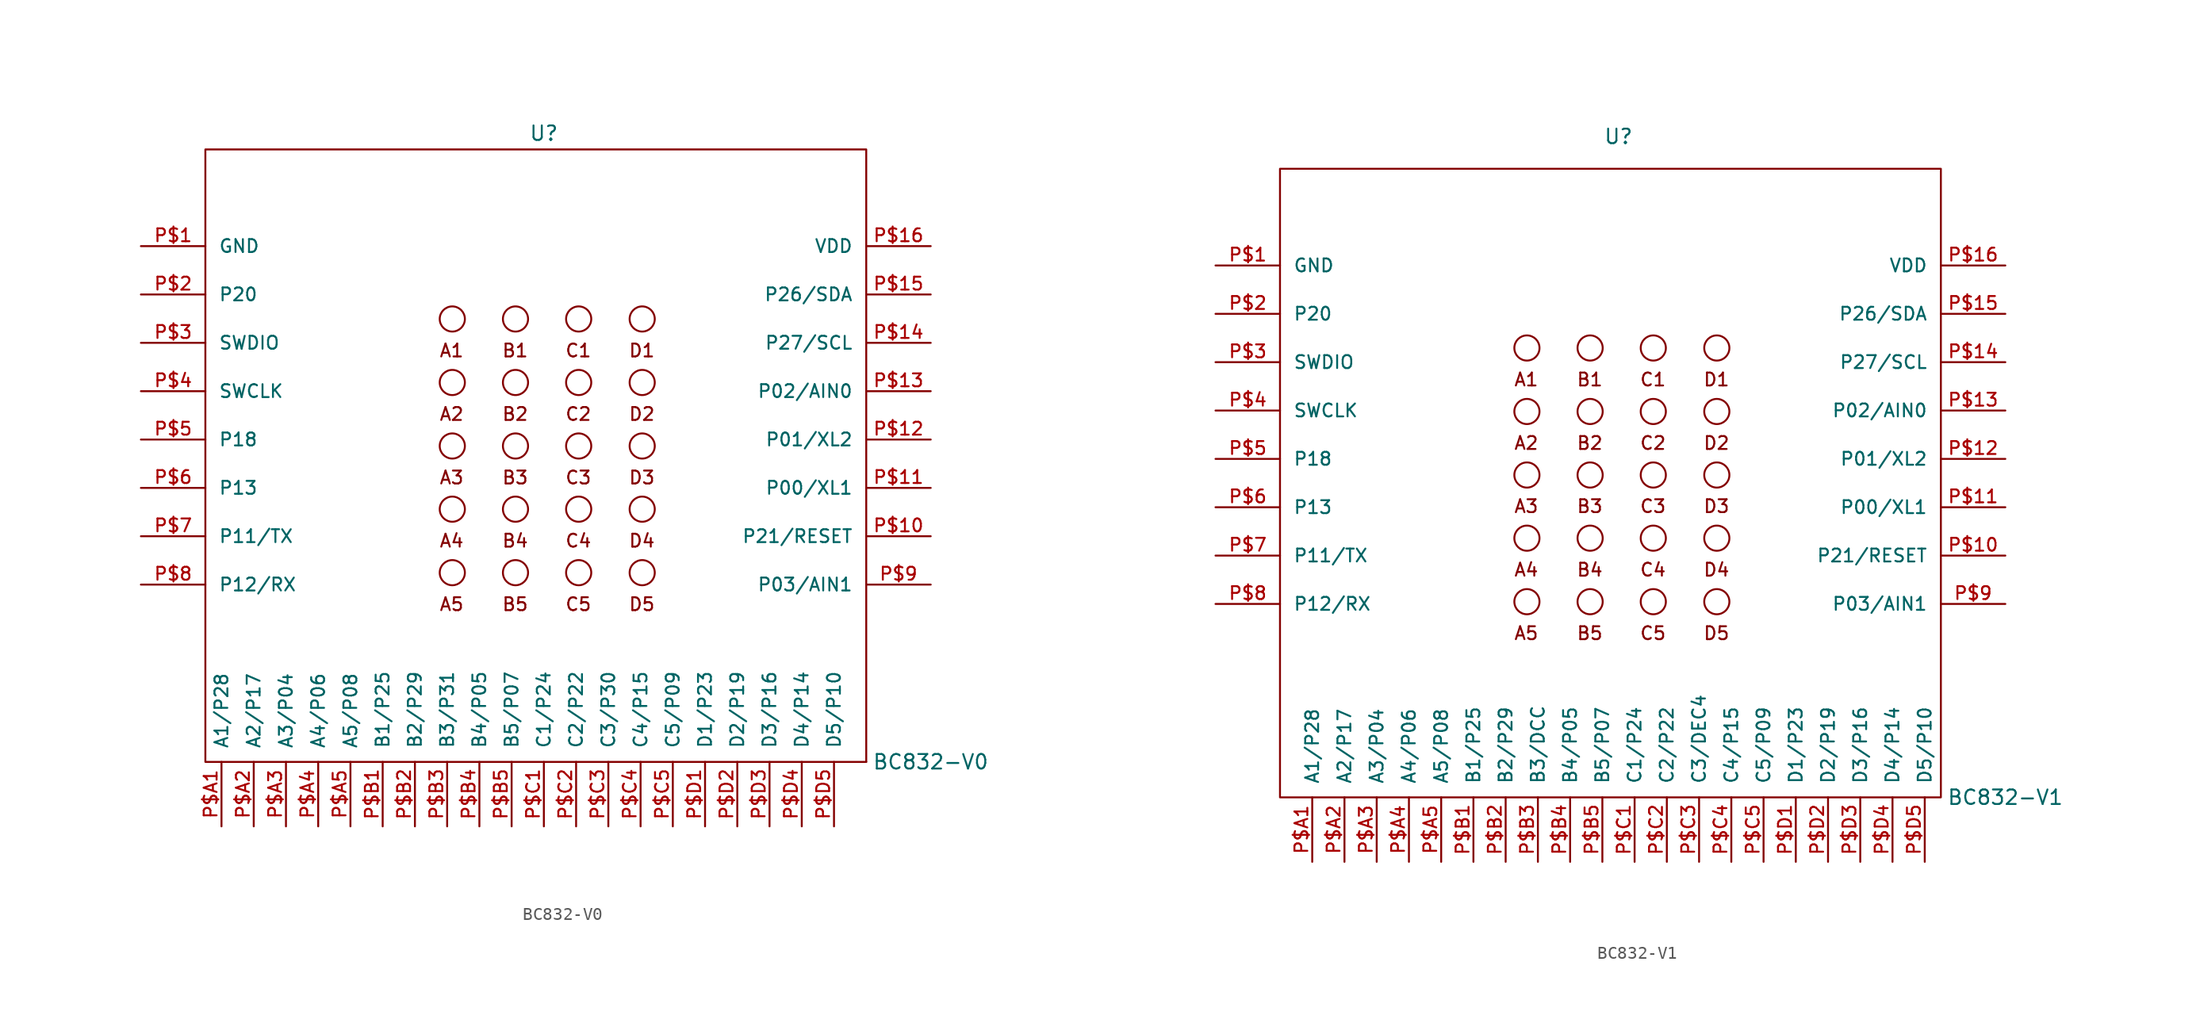
<source format=kicad_sym>
(kicad_symbol_lib
  (version 20211014)
  (generator kicad_symbol_editor)
  (symbol "BC832-V0"
    (pin_names
      (offset 1.016))
    (property "Reference" "U"
      (at 0 27.94 0)
      (effects (font (size 1.143 1.143))))
    (property "Value" "BC832-V0"
      (at 30.48 -21.59 0)
      (effects (font (size 1.143 1.143))))
    (property "ki_locked" ""
      (at 0 0 0)
      (effects (font (size 1.27 1.27))))
    (symbol "BC832-V0_0_1"
      (rectangle (start -26.67 26.67) (end 25.4 -21.59) (stroke (width 0) (type default) (color 0 0 0 0)) (fill (type none)))
      (rectangle (start 25.4 -21.59) (end 25.4 -21.59) (stroke (width 0) (type default) (color 0 0 0 0)) (fill (type none))))
    (symbol "BC832-V0_1_0"
      (text "A1" (at -7.264 10.82 0) (effects (font (size 1.016 1.016))))
      (text "A2" (at -7.264 5.817 0) (effects (font (size 1.016 1.016))))
      (text "A3" (at -7.264 0.813 0) (effects (font (size 1.016 1.016))))
      (text "A4" (at -7.264 -4.166 0) (effects (font (size 1.016 1.016))))
      (text "A5" (at -7.264 -9.169 0) (effects (font (size 1.016 1.016))))
      (text "B1" (at -2.261 10.82 0) (effects (font (size 1.016 1.016))))
      (text "B2" (at -2.261 5.817 0) (effects (font (size 1.016 1.016))))
      (text "B3" (at -2.261 0.813 0) (effects (font (size 1.016 1.016))))
      (text "B4" (at -2.261 -4.166 0) (effects (font (size 1.016 1.016))))
      (text "B5" (at -2.261 -9.169 0) (effects (font (size 1.016 1.016))))
      (text "C1" (at 2.718 10.82 0) (effects (font (size 1.016 1.016))))
      (text "C2" (at 2.718 5.817 0) (effects (font (size 1.016 1.016))))
      (text "C3" (at 2.718 0.813 0) (effects (font (size 1.016 1.016))))
      (text "C4" (at 2.718 -4.166 0) (effects (font (size 1.016 1.016))))
      (text "C5" (at 2.718 -9.169 0) (effects (font (size 1.016 1.016))))
      (text "D1" (at 7.722 10.82 0) (effects (font (size 1.016 1.016))))
      (text "D2" (at 7.722 5.817 0) (effects (font (size 1.016 1.016))))
      (text "D3" (at 7.722 0.813 0) (effects (font (size 1.016 1.016))))
      (text "D4" (at 7.722 -4.166 0) (effects (font (size 1.016 1.016))))
      (text "D5" (at 7.722 -9.169 0) (effects (font (size 1.016 1.016)))))
    (symbol "BC832-V0_1_1"
      (circle (center -7.214 -6.68) (radius 0.991) (stroke (width 0) (type default) (color 0 0 0 0)) (fill (type none)))
      (circle (center -7.214 -1.676) (radius 0.991) (stroke (width 0) (type default) (color 0 0 0 0)) (fill (type none)))
      (circle (center -7.214 3.302) (radius 0.991) (stroke (width 0) (type default) (color 0 0 0 0)) (fill (type none)))
      (circle (center -7.214 8.306) (radius 0.991) (stroke (width 0) (type default) (color 0 0 0 0)) (fill (type none)))
      (circle (center -7.214 13.31) (radius 0.991) (stroke (width 0) (type default) (color 0 0 0 0)) (fill (type none)))
      (circle (center -2.235 -6.68) (radius 0.991) (stroke (width 0) (type default) (color 0 0 0 0)) (fill (type none)))
      (circle (center -2.235 -1.676) (radius 0.991) (stroke (width 0) (type default) (color 0 0 0 0)) (fill (type none)))
      (circle (center -2.235 3.302) (radius 0.991) (stroke (width 0) (type default) (color 0 0 0 0)) (fill (type none)))
      (circle (center -2.235 8.306) (radius 0.991) (stroke (width 0) (type default) (color 0 0 0 0)) (fill (type none)))
      (circle (center -2.235 13.31) (radius 0.991) (stroke (width 0) (type default) (color 0 0 0 0)) (fill (type none)))
      (circle (center 2.743 -6.68) (radius 0.991) (stroke (width 0) (type default) (color 0 0 0 0)) (fill (type none)))
      (circle (center 2.743 -1.676) (radius 0.991) (stroke (width 0) (type default) (color 0 0 0 0)) (fill (type none)))
      (circle (center 2.743 3.302) (radius 0.991) (stroke (width 0) (type default) (color 0 0 0 0)) (fill (type none)))
      (circle (center 2.743 8.306) (radius 0.991) (stroke (width 0) (type default) (color 0 0 0 0)) (fill (type none)))
      (circle (center 2.743 13.31) (radius 0.991) (stroke (width 0) (type default) (color 0 0 0 0)) (fill (type none)))
      (circle (center 7.747 -6.68) (radius 0.991) (stroke (width 0) (type default) (color 0 0 0 0)) (fill (type none)))
      (circle (center 7.747 -1.676) (radius 0.991) (stroke (width 0) (type default) (color 0 0 0 0)) (fill (type none)))
      (circle (center 7.747 3.302) (radius 0.991) (stroke (width 0) (type default) (color 0 0 0 0)) (fill (type none)))
      (circle (center 7.747 8.306) (radius 0.991) (stroke (width 0) (type default) (color 0 0 0 0)) (fill (type none)))
      (circle (center 7.747 13.31) (radius 0.991) (stroke (width 0) (type default) (color 0 0 0 0)) (fill (type none)))
      (pin bidirectional line (at -31.75 19.05 0) (length 5.08) (name "GND" (effects (font (size 1.016 1.016)))) (number "P$1" (effects (font (size 1.016 1.016)))))
      (pin bidirectional line (at 30.48 -3.81 180) (length 5.08) (name "P21/RESET" (effects (font (size 1.016 1.016)))) (number "P$10" (effects (font (size 1.016 1.016)))))
      (pin bidirectional line (at 30.48 0 180) (length 5.08) (name "P00/XL1" (effects (font (size 1.016 1.016)))) (number "P$11" (effects (font (size 1.016 1.016)))))
      (pin bidirectional line (at 30.48 3.81 180) (length 5.08) (name "P01/XL2" (effects (font (size 1.016 1.016)))) (number "P$12" (effects (font (size 1.016 1.016)))))
      (pin bidirectional line (at 30.48 7.62 180) (length 5.08) (name "P02/AIN0" (effects (font (size 1.016 1.016)))) (number "P$13" (effects (font (size 1.016 1.016)))))
      (pin bidirectional line (at 30.48 11.43 180) (length 5.08) (name "P27/SCL" (effects (font (size 1.016 1.016)))) (number "P$14" (effects (font (size 1.016 1.016)))))
      (pin bidirectional line (at 30.48 15.24 180) (length 5.08) (name "P26/SDA" (effects (font (size 1.016 1.016)))) (number "P$15" (effects (font (size 1.016 1.016)))))
      (pin bidirectional line (at 30.48 19.05 180) (length 5.08) (name "VDD" (effects (font (size 1.016 1.016)))) (number "P$16" (effects (font (size 1.016 1.016)))))
      (pin bidirectional line (at -31.75 15.24 0) (length 5.08) (name "P20" (effects (font (size 1.016 1.016)))) (number "P$2" (effects (font (size 1.016 1.016)))))
      (pin bidirectional line (at -31.75 11.43 0) (length 5.08) (name "SWDIO" (effects (font (size 1.016 1.016)))) (number "P$3" (effects (font (size 1.016 1.016)))))
      (pin bidirectional line (at -31.75 7.62 0) (length 5.08) (name "SWCLK" (effects (font (size 1.016 1.016)))) (number "P$4" (effects (font (size 1.016 1.016)))))
      (pin bidirectional line (at -31.75 3.81 0) (length 5.08) (name "P18" (effects (font (size 1.016 1.016)))) (number "P$5" (effects (font (size 1.016 1.016)))))
      (pin bidirectional line (at -31.75 0 0) (length 5.08) (name "P13" (effects (font (size 1.016 1.016)))) (number "P$6" (effects (font (size 1.016 1.016)))))
      (pin bidirectional line (at -31.75 -3.81 0) (length 5.08) (name "P11/TX" (effects (font (size 1.016 1.016)))) (number "P$7" (effects (font (size 1.016 1.016)))))
      (pin bidirectional line (at -31.75 -7.62 0) (length 5.08) (name "P12/RX" (effects (font (size 1.016 1.016)))) (number "P$8" (effects (font (size 1.016 1.016)))))
      (pin bidirectional line (at 30.48 -7.62 180) (length 5.08) (name "P03/AIN1" (effects (font (size 1.016 1.016)))) (number "P$9" (effects (font (size 1.016 1.016)))))
      (pin bidirectional line (at -25.4 -26.67 90) (length 5.08) (name "A1/P28" (effects (font (size 1.016 1.016)))) (number "P$A1" (effects (font (size 1.016 1.016)))))
      (pin bidirectional line (at -22.86 -26.67 90) (length 5.08) (name "A2/P17" (effects (font (size 1.016 1.016)))) (number "P$A2" (effects (font (size 1.016 1.016)))))
      (pin bidirectional line (at -20.32 -26.67 90) (length 5.08) (name "A3/P04" (effects (font (size 1.016 1.016)))) (number "P$A3" (effects (font (size 1.016 1.016)))))
      (pin bidirectional line (at -17.78 -26.67 90) (length 5.08) (name "A4/P06" (effects (font (size 1.016 1.016)))) (number "P$A4" (effects (font (size 1.016 1.016)))))
      (pin bidirectional line (at -15.24 -26.67 90) (length 5.08) (name "A5/P08" (effects (font (size 1.016 1.016)))) (number "P$A5" (effects (font (size 1.016 1.016)))))
      (pin bidirectional line (at -12.7 -26.67 90) (length 5.08) (name "B1/P25" (effects (font (size 1.016 1.016)))) (number "P$B1" (effects (font (size 1.016 1.016)))))
      (pin bidirectional line (at -10.16 -26.67 90) (length 5.08) (name "B2/P29" (effects (font (size 1.016 1.016)))) (number "P$B2" (effects (font (size 1.016 1.016)))))
      (pin bidirectional line (at -7.62 -26.67 90) (length 5.08) (name "B3/P31" (effects (font (size 1.016 1.016)))) (number "P$B3" (effects (font (size 1.016 1.016)))))
      (pin bidirectional line (at -5.08 -26.67 90) (length 5.08) (name "B4/P05" (effects (font (size 1.016 1.016)))) (number "P$B4" (effects (font (size 1.016 1.016)))))
      (pin bidirectional line (at -2.54 -26.67 90) (length 5.08) (name "B5/P07" (effects (font (size 1.016 1.016)))) (number "P$B5" (effects (font (size 1.016 1.016)))))
      (pin bidirectional line (at 0 -26.67 90) (length 5.08) (name "C1/P24" (effects (font (size 1.016 1.016)))) (number "P$C1" (effects (font (size 1.016 1.016)))))
      (pin bidirectional line (at 2.54 -26.67 90) (length 5.08) (name "C2/P22" (effects (font (size 1.016 1.016)))) (number "P$C2" (effects (font (size 1.016 1.016)))))
      (pin bidirectional line (at 5.08 -26.67 90) (length 5.08) (name "C3/P30" (effects (font (size 1.016 1.016)))) (number "P$C3" (effects (font (size 1.016 1.016)))))
      (pin bidirectional line (at 7.62 -26.67 90) (length 5.08) (name "C4/P15" (effects (font (size 1.016 1.016)))) (number "P$C4" (effects (font (size 1.016 1.016)))))
      (pin bidirectional line (at 10.16 -26.67 90) (length 5.08) (name "C5/P09" (effects (font (size 1.016 1.016)))) (number "P$C5" (effects (font (size 1.016 1.016)))))
      (pin bidirectional line (at 12.7 -26.67 90) (length 5.08) (name "D1/P23" (effects (font (size 1.016 1.016)))) (number "P$D1" (effects (font (size 1.016 1.016)))))
      (pin bidirectional line (at 15.24 -26.67 90) (length 5.08) (name "D2/P19" (effects (font (size 1.016 1.016)))) (number "P$D2" (effects (font (size 1.016 1.016)))))
      (pin bidirectional line (at 17.78 -26.67 90) (length 5.08) (name "D3/P16" (effects (font (size 1.016 1.016)))) (number "P$D3" (effects (font (size 1.016 1.016)))))
      (pin bidirectional line (at 20.32 -26.67 90) (length 5.08) (name "D4/P14" (effects (font (size 1.016 1.016)))) (number "P$D4" (effects (font (size 1.016 1.016)))))
      (pin bidirectional line (at 22.86 -26.67 90) (length 5.08) (name "D5/P10" (effects (font (size 1.016 1.016)))) (number "P$D5" (effects (font (size 1.016 1.016)))))))
  (symbol "BC832-V1"
    (pin_names
      (offset 1.016))
    (property "Reference" "U"
      (at 0 29.21 0)
      (effects (font (size 1.143 1.143))))
    (property "Value" "BC832-V1"
      (at 30.48 -22.86 0)
      (effects (font (size 1.143 1.143))))
    (property "ki_locked" ""
      (at 0 0 0)
      (effects (font (size 1.27 1.27))))
    (symbol "BC832-V1_0_1"
      (rectangle (start -26.67 26.67) (end 25.4 -22.86) (stroke (width 0) (type default) (color 0 0 0 0)) (fill (type none))))
    (symbol "BC832-V1_1_0"
      (text "A1" (at -7.264 10.058 0) (effects (font (size 1.016 1.016))))
      (text "A2" (at -7.264 5.055 0) (effects (font (size 1.016 1.016))))
      (text "A3" (at -7.264 0.076 0) (effects (font (size 1.016 1.016))))
      (text "A4" (at -7.264 -4.928 0) (effects (font (size 1.016 1.016))))
      (text "A5" (at -7.264 -9.931 0) (effects (font (size 1.016 1.016))))
      (text "B1" (at -2.261 10.058 0) (effects (font (size 1.016 1.016))))
      (text "B2" (at -2.261 5.055 0) (effects (font (size 1.016 1.016))))
      (text "B3" (at -2.261 0.076 0) (effects (font (size 1.016 1.016))))
      (text "B4" (at -2.261 -4.928 0) (effects (font (size 1.016 1.016))))
      (text "B5" (at -2.261 -9.931 0) (effects (font (size 1.016 1.016))))
      (text "C1" (at 2.718 10.058 0) (effects (font (size 1.016 1.016))))
      (text "C2" (at 2.718 5.055 0) (effects (font (size 1.016 1.016))))
      (text "C3" (at 2.718 0.076 0) (effects (font (size 1.016 1.016))))
      (text "C4" (at 2.718 -4.928 0) (effects (font (size 1.016 1.016))))
      (text "C5" (at 2.718 -9.931 0) (effects (font (size 1.016 1.016))))
      (text "D1" (at 7.722 10.058 0) (effects (font (size 1.016 1.016))))
      (text "D2" (at 7.722 5.055 0) (effects (font (size 1.016 1.016))))
      (text "D3" (at 7.722 0.076 0) (effects (font (size 1.016 1.016))))
      (text "D4" (at 7.722 -4.928 0) (effects (font (size 1.016 1.016))))
      (text "D5" (at 7.722 -9.931 0) (effects (font (size 1.016 1.016)))))
    (symbol "BC832-V1_1_1"
      (circle (center -7.214 -7.442) (radius 0.991) (stroke (width 0) (type default) (color 0 0 0 0)) (fill (type none)))
      (circle (center -7.214 -2.438) (radius 0.991) (stroke (width 0) (type default) (color 0 0 0 0)) (fill (type none)))
      (circle (center -7.214 2.54) (radius 0.991) (stroke (width 0) (type default) (color 0 0 0 0)) (fill (type none)))
      (circle (center -7.214 7.544) (radius 0.991) (stroke (width 0) (type default) (color 0 0 0 0)) (fill (type none)))
      (circle (center -7.214 12.548) (radius 0.991) (stroke (width 0) (type default) (color 0 0 0 0)) (fill (type none)))
      (circle (center -2.235 -7.442) (radius 0.991) (stroke (width 0) (type default) (color 0 0 0 0)) (fill (type none)))
      (circle (center -2.235 -2.438) (radius 0.991) (stroke (width 0) (type default) (color 0 0 0 0)) (fill (type none)))
      (circle (center -2.235 2.54) (radius 0.991) (stroke (width 0) (type default) (color 0 0 0 0)) (fill (type none)))
      (circle (center -2.235 7.544) (radius 0.991) (stroke (width 0) (type default) (color 0 0 0 0)) (fill (type none)))
      (circle (center -2.235 12.548) (radius 0.991) (stroke (width 0) (type default) (color 0 0 0 0)) (fill (type none)))
      (circle (center 2.743 -7.442) (radius 0.991) (stroke (width 0) (type default) (color 0 0 0 0)) (fill (type none)))
      (circle (center 2.743 -2.438) (radius 0.991) (stroke (width 0) (type default) (color 0 0 0 0)) (fill (type none)))
      (circle (center 2.743 2.54) (radius 0.991) (stroke (width 0) (type default) (color 0 0 0 0)) (fill (type none)))
      (circle (center 2.743 7.544) (radius 0.991) (stroke (width 0) (type default) (color 0 0 0 0)) (fill (type none)))
      (circle (center 2.743 12.548) (radius 0.991) (stroke (width 0) (type default) (color 0 0 0 0)) (fill (type none)))
      (circle (center 7.747 -7.442) (radius 0.991) (stroke (width 0) (type default) (color 0 0 0 0)) (fill (type none)))
      (circle (center 7.747 -2.438) (radius 0.991) (stroke (width 0) (type default) (color 0 0 0 0)) (fill (type none)))
      (circle (center 7.747 2.54) (radius 0.991) (stroke (width 0) (type default) (color 0 0 0 0)) (fill (type none)))
      (circle (center 7.747 7.544) (radius 0.991) (stroke (width 0) (type default) (color 0 0 0 0)) (fill (type none)))
      (circle (center 7.747 12.548) (radius 0.991) (stroke (width 0) (type default) (color 0 0 0 0)) (fill (type none)))
      (pin bidirectional line (at -31.75 19.05 0) (length 5.08) (name "GND" (effects (font (size 1.016 1.016)))) (number "P$1" (effects (font (size 1.016 1.016)))))
      (pin bidirectional line (at 30.48 -3.81 180) (length 5.08) (name "P21/RESET" (effects (font (size 1.016 1.016)))) (number "P$10" (effects (font (size 1.016 1.016)))))
      (pin bidirectional line (at 30.48 0 180) (length 5.08) (name "P00/XL1" (effects (font (size 1.016 1.016)))) (number "P$11" (effects (font (size 1.016 1.016)))))
      (pin bidirectional line (at 30.48 3.81 180) (length 5.08) (name "P01/XL2" (effects (font (size 1.016 1.016)))) (number "P$12" (effects (font (size 1.016 1.016)))))
      (pin bidirectional line (at 30.48 7.62 180) (length 5.08) (name "P02/AIN0" (effects (font (size 1.016 1.016)))) (number "P$13" (effects (font (size 1.016 1.016)))))
      (pin bidirectional line (at 30.48 11.43 180) (length 5.08) (name "P27/SCL" (effects (font (size 1.016 1.016)))) (number "P$14" (effects (font (size 1.016 1.016)))))
      (pin bidirectional line (at 30.48 15.24 180) (length 5.08) (name "P26/SDA" (effects (font (size 1.016 1.016)))) (number "P$15" (effects (font (size 1.016 1.016)))))
      (pin bidirectional line (at 30.48 19.05 180) (length 5.08) (name "VDD" (effects (font (size 1.016 1.016)))) (number "P$16" (effects (font (size 1.016 1.016)))))
      (pin bidirectional line (at -31.75 15.24 0) (length 5.08) (name "P20" (effects (font (size 1.016 1.016)))) (number "P$2" (effects (font (size 1.016 1.016)))))
      (pin bidirectional line (at -31.75 11.43 0) (length 5.08) (name "SWDIO" (effects (font (size 1.016 1.016)))) (number "P$3" (effects (font (size 1.016 1.016)))))
      (pin bidirectional line (at -31.75 7.62 0) (length 5.08) (name "SWCLK" (effects (font (size 1.016 1.016)))) (number "P$4" (effects (font (size 1.016 1.016)))))
      (pin bidirectional line (at -31.75 3.81 0) (length 5.08) (name "P18" (effects (font (size 1.016 1.016)))) (number "P$5" (effects (font (size 1.016 1.016)))))
      (pin bidirectional line (at -31.75 0 0) (length 5.08) (name "P13" (effects (font (size 1.016 1.016)))) (number "P$6" (effects (font (size 1.016 1.016)))))
      (pin bidirectional line (at -31.75 -3.81 0) (length 5.08) (name "P11/TX" (effects (font (size 1.016 1.016)))) (number "P$7" (effects (font (size 1.016 1.016)))))
      (pin bidirectional line (at -31.75 -7.62 0) (length 5.08) (name "P12/RX" (effects (font (size 1.016 1.016)))) (number "P$8" (effects (font (size 1.016 1.016)))))
      (pin bidirectional line (at 30.48 -7.62 180) (length 5.08) (name "P03/AIN1" (effects (font (size 1.016 1.016)))) (number "P$9" (effects (font (size 1.016 1.016)))))
      (pin bidirectional line (at -24.13 -27.94 90) (length 5.08) (name "A1/P28" (effects (font (size 1.016 1.016)))) (number "P$A1" (effects (font (size 1.016 1.016)))))
      (pin bidirectional line (at -21.59 -27.94 90) (length 5.08) (name "A2/P17" (effects (font (size 1.016 1.016)))) (number "P$A2" (effects (font (size 1.016 1.016)))))
      (pin bidirectional line (at -19.05 -27.94 90) (length 5.08) (name "A3/P04" (effects (font (size 1.016 1.016)))) (number "P$A3" (effects (font (size 1.016 1.016)))))
      (pin bidirectional line (at -16.51 -27.94 90) (length 5.08) (name "A4/P06" (effects (font (size 1.016 1.016)))) (number "P$A4" (effects (font (size 1.016 1.016)))))
      (pin bidirectional line (at -13.97 -27.94 90) (length 5.08) (name "A5/P08" (effects (font (size 1.016 1.016)))) (number "P$A5" (effects (font (size 1.016 1.016)))))
      (pin bidirectional line (at -11.43 -27.94 90) (length 5.08) (name "B1/P25" (effects (font (size 1.016 1.016)))) (number "P$B1" (effects (font (size 1.016 1.016)))))
      (pin bidirectional line (at -8.89 -27.94 90) (length 5.08) (name "B2/P29" (effects (font (size 1.016 1.016)))) (number "P$B2" (effects (font (size 1.016 1.016)))))
      (pin bidirectional line (at -6.35 -27.94 90) (length 5.08) (name "B3/DCC" (effects (font (size 1.016 1.016)))) (number "P$B3" (effects (font (size 1.016 1.016)))))
      (pin bidirectional line (at -3.81 -27.94 90) (length 5.08) (name "B4/P05" (effects (font (size 1.016 1.016)))) (number "P$B4" (effects (font (size 1.016 1.016)))))
      (pin bidirectional line (at -1.27 -27.94 90) (length 5.08) (name "B5/P07" (effects (font (size 1.016 1.016)))) (number "P$B5" (effects (font (size 1.016 1.016)))))
      (pin bidirectional line (at 1.27 -27.94 90) (length 5.08) (name "C1/P24" (effects (font (size 1.016 1.016)))) (number "P$C1" (effects (font (size 1.016 1.016)))))
      (pin bidirectional line (at 3.81 -27.94 90) (length 5.08) (name "C2/P22" (effects (font (size 1.016 1.016)))) (number "P$C2" (effects (font (size 1.016 1.016)))))
      (pin bidirectional line (at 6.35 -27.94 90) (length 5.08) (name "C3/DEC4" (effects (font (size 1.016 1.016)))) (number "P$C3" (effects (font (size 1.016 1.016)))))
      (pin bidirectional line (at 8.89 -27.94 90) (length 5.08) (name "C4/P15" (effects (font (size 1.016 1.016)))) (number "P$C4" (effects (font (size 1.016 1.016)))))
      (pin bidirectional line (at 11.43 -27.94 90) (length 5.08) (name "C5/P09" (effects (font (size 1.016 1.016)))) (number "P$C5" (effects (font (size 1.016 1.016)))))
      (pin bidirectional line (at 13.97 -27.94 90) (length 5.08) (name "D1/P23" (effects (font (size 1.016 1.016)))) (number "P$D1" (effects (font (size 1.016 1.016)))))
      (pin bidirectional line (at 16.51 -27.94 90) (length 5.08) (name "D2/P19" (effects (font (size 1.016 1.016)))) (number "P$D2" (effects (font (size 1.016 1.016)))))
      (pin bidirectional line (at 19.05 -27.94 90) (length 5.08) (name "D3/P16" (effects (font (size 1.016 1.016)))) (number "P$D3" (effects (font (size 1.016 1.016)))))
      (pin bidirectional line (at 21.59 -27.94 90) (length 5.08) (name "D4/P14" (effects (font (size 1.016 1.016)))) (number "P$D4" (effects (font (size 1.016 1.016)))))
      (pin bidirectional line (at 24.13 -27.94 90) (length 5.08) (name "D5/P10" (effects (font (size 1.016 1.016)))) (number "P$D5" (effects (font (size 1.016 1.016))))))))
</source>
